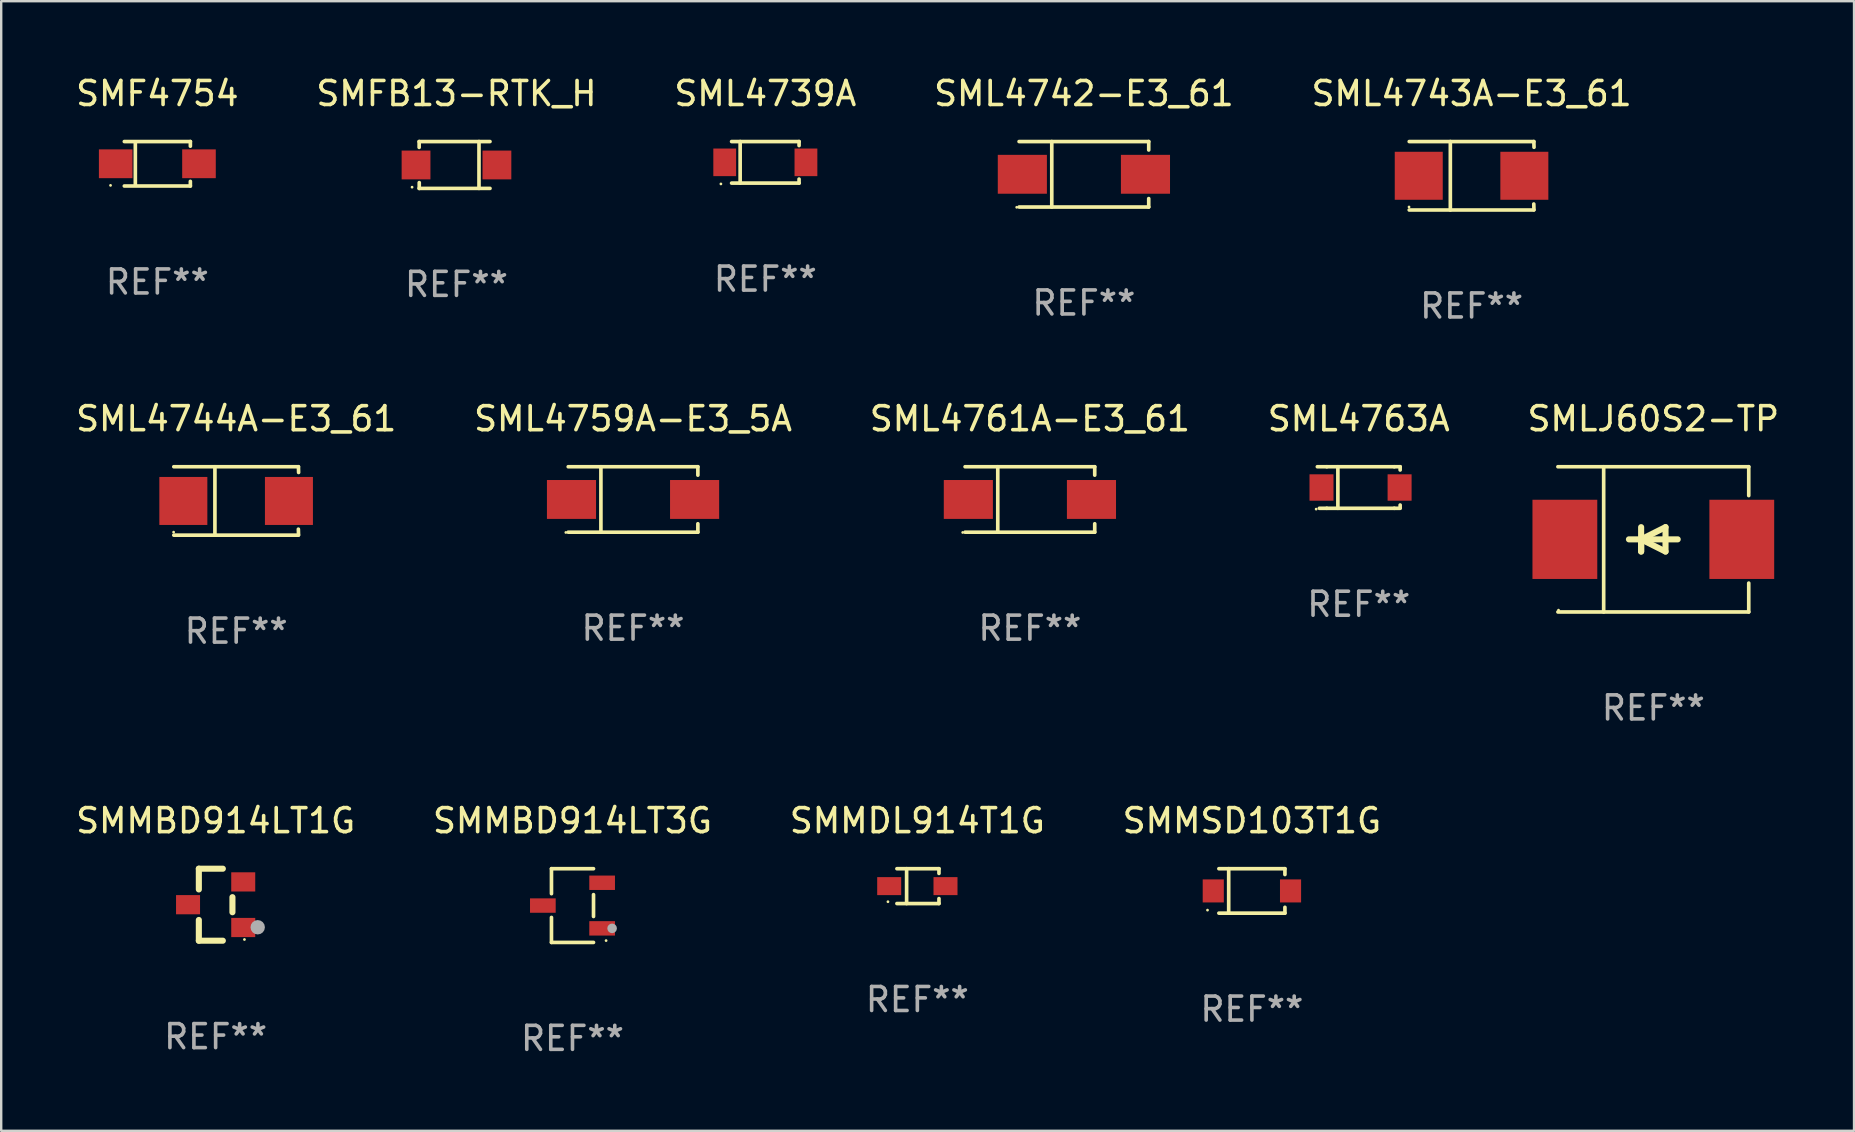
<source format=kicad_pcb>
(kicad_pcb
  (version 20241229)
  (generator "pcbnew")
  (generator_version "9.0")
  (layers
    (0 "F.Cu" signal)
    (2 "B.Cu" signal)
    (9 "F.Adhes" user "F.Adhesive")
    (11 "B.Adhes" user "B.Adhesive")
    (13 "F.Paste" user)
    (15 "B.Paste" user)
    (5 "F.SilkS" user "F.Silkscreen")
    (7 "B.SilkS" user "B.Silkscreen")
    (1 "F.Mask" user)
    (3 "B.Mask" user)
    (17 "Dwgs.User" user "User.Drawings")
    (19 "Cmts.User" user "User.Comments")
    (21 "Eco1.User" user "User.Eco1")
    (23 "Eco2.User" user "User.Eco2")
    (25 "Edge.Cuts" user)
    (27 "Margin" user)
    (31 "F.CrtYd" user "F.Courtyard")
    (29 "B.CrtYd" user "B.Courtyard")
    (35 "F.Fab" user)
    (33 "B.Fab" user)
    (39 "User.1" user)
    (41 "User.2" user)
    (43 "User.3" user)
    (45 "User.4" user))
  (footprint "SML4743A-E3_61"
    (layer "F.Cu")
    (at 58.268 4.274)
    (property "Reference" "SML4743A-E3_61" (at 0 -3.426 0) (layer "F.SilkS") (effects (font (size 1 1) (thickness 0.15))))
    (attr through_hole)
    (fp_line (start -2.6 -1.426) (end 2.593 -1.426) (stroke (width 0.152) (type solid)) (layer "F.SilkS"))
    (fp_line (start -2.6 1.426) (end 2.593 1.426) (stroke (width 0.152) (type solid)) (layer "F.SilkS"))
    (fp_line (start -0.887 -1.426) (end -0.887 1.426) (stroke (width 0.152) (type solid)) (layer "F.SilkS"))
    (fp_line (start 2.59 1.176) (end 2.597 1.415) (stroke (width 0.152) (type solid)) (layer "F.SilkS"))
    (fp_line (start 2.593 -1.426) (end 2.6 -1.187) (stroke (width 0.152) (type solid)) (layer "F.SilkS"))
    (fp_circle (center -2.608 1.3) (end -2.578 1.3) (stroke (width 0.06) (type solid)) (fill no) (layer "F.SilkS"))
    (fp_text user "REF**" (at 0 5.426 0) (layer "F.Fab") (effects (font (size 1 1) (thickness 0.15))))
    (pad "1" smd rect (at -2.203 0 180) (size 2 2) (layers "F.Cu" "F.Mask" "F.Paste"))
    (pad "2" smd rect (at 2.197 0 180) (size 2 2) (layers "F.Cu" "F.Mask" "F.Paste")))
  (footprint "SML4742-E3_61"
    (layer "F.Cu")
    (at 42.113 4.212)
    (property "Reference" "SML4742-E3_61" (at 0 -3.364 0) (layer "F.SilkS") (effects (font (size 1 1) (thickness 0.15))))
    (attr through_hole)
    (fp_line (start -2.701 -1.364) (end 2.701 -1.364) (stroke (width 0.152) (type solid)) (layer "F.SilkS"))
    (fp_line (start -2.701 1.364) (end 2.701 1.364) (stroke (width 0.152) (type solid)) (layer "F.SilkS"))
    (fp_line (start -1.339 -1.364) (end -1.339 1.364) (stroke (width 0.152) (type solid)) (layer "F.SilkS"))
    (fp_line (start 2.701 -1.364) (end 2.701 -1.013) (stroke (width 0.152) (type solid)) (layer "F.SilkS"))
    (fp_line (start 2.701 1.364) (end 2.701 1.013) (stroke (width 0.152) (type solid)) (layer "F.SilkS"))
    (fp_circle (center -2.8 1.375) (end -2.77 1.375) (stroke (width 0.06) (type solid)) (fill no) (layer "F.SilkS"))
    (fp_text user "REF**" (at 0 5.364 0) (layer "F.Fab") (effects (font (size 1 1) (thickness 0.15))))
    (pad "1" smd rect (at -2.565 -0.000025) (size 2.046 1.62) (layers "F.Cu" "F.Mask" "F.Paste"))
    (pad "2" smd rect (at 2.565 -0.000025) (size 2.046 1.62) (layers "F.Cu" "F.Mask" "F.Paste")))
  (footprint "SML4739A"
    (layer "F.Cu")
    (at 28.839 3.714)
    (property "Reference" "SML4739A" (at 0 -2.866 0) (layer "F.SilkS") (effects (font (size 1 1) (thickness 0.15))))
    (attr through_hole)
    (fp_line (start -1.406 -0.866) (end 1.406 -0.866) (stroke (width 0.152) (type solid)) (layer "F.SilkS"))
    (fp_line (start -1.406 0.866) (end 1.406 0.866) (stroke (width 0.152) (type solid)) (layer "F.SilkS"))
    (fp_line (start -1.049 -0.866) (end -1.049 0.866) (stroke (width 0.152) (type solid)) (layer "F.SilkS"))
    (fp_line (start 1.406 -0.866) (end 1.406 -0.698) (stroke (width 0.152) (type solid)) (layer "F.SilkS"))
    (fp_line (start 1.406 0.866) (end 1.406 0.698) (stroke (width 0.152) (type solid)) (layer "F.SilkS"))
    (fp_circle (center -1.851 0.9) (end -1.821 0.9) (stroke (width 0.06) (type solid)) (fill no) (layer "F.SilkS"))
    (fp_text user "REF**" (at 0 4.866 0) (layer "F.Fab") (effects (font (size 1 1) (thickness 0.15))))
    (pad "1" smd rect (at -1.692 0) (size 0.95 1.15) (layers "F.Cu" "F.Mask" "F.Paste"))
    (pad "2" smd rect (at 1.692 0) (size 0.95 1.15) (layers "F.Cu" "F.Mask" "F.Paste")))
  (footprint "SMLJ60S2-TP"
    (layer "F.Cu")
    (at 65.839 19.423)
    (property "Reference" "SMLJ60S2-TP" (at 0 -5.026 0) (layer "F.SilkS") (effects (font (size 1 1) (thickness 0.15))))
    (attr through_hole)
    (fp_line (start -3.976 -3.026) (end 3.976 -3.026) (stroke (width 0.152) (type solid)) (layer "F.SilkS"))
    (fp_line (start -3.976 3.026) (end 3.976 3.026) (stroke (width 0.152) (type solid)) (layer "F.SilkS"))
    (fp_line (start -2.069 -3.026) (end -2.069 3.026) (stroke (width 0.152) (type solid)) (layer "F.SilkS"))
    (fp_line (start -0.508 0) (end -0.508 0.508) (stroke (width 0.254) (type solid)) (layer "F.SilkS"))
    (fp_line (start -0.508 0) (end 0.508 0.508) (stroke (width 0.254) (type solid)) (layer "F.SilkS"))
    (fp_line (start -0.508 0.508) (end -0.508 -0.508) (stroke (width 0.254) (type solid)) (layer "F.SilkS"))
    (fp_line (start 0.508 -0.508) (end -0.508 0) (stroke (width 0.254) (type solid)) (layer "F.SilkS"))
    (fp_line (start 0.508 0.508) (end 0.508 -0.508) (stroke (width 0.254) (type solid)) (layer "F.SilkS"))
    (fp_line (start 1.016 0) (end -1.016 0) (stroke (width 0.254) (type solid)) (layer "F.SilkS"))
    (fp_line (start 3.976 -3.026) (end 3.976 -1.823) (stroke (width 0.152) (type solid)) (layer "F.SilkS"))
    (fp_line (start 3.976 3.026) (end 3.976 1.823) (stroke (width 0.152) (type solid)) (layer "F.SilkS"))
    (fp_circle (center -3.95 2.95) (end -3.92 2.95) (stroke (width 0.06) (type solid)) (fill no) (layer "F.SilkS"))
    (fp_text user "REF**" (at 0 7.026 0) (layer "F.Fab") (effects (font (size 1 1) (thickness 0.15))))
    (pad "1" smd rect (at -3.686 0) (size 2.7 3.3) (layers "F.Cu" "F.Mask" "F.Paste"))
    (pad "2" smd rect (at 3.686 0) (size 2.7 3.3) (layers "F.Cu" "F.Mask" "F.Paste")))
  (footprint "SML4759A-E3_5A"
    (layer "F.Cu")
    (at 23.327 17.761)
    (property "Reference" "SML4759A-E3_5A" (at 0 -3.364 0) (layer "F.SilkS") (effects (font (size 1 1) (thickness 0.15))))
    (attr through_hole)
    (fp_line (start -2.701 -1.364) (end 2.701 -1.364) (stroke (width 0.152) (type solid)) (layer "F.SilkS"))
    (fp_line (start -2.701 1.364) (end 2.701 1.364) (stroke (width 0.152) (type solid)) (layer "F.SilkS"))
    (fp_line (start -1.339 -1.364) (end -1.339 1.364) (stroke (width 0.152) (type solid)) (layer "F.SilkS"))
    (fp_line (start 2.701 -1.364) (end 2.701 -1.013) (stroke (width 0.152) (type solid)) (layer "F.SilkS"))
    (fp_line (start 2.701 1.364) (end 2.701 1.013) (stroke (width 0.152) (type solid)) (layer "F.SilkS"))
    (fp_circle (center -2.8 1.375) (end -2.77 1.375) (stroke (width 0.06) (type solid)) (fill no) (layer "F.SilkS"))
    (fp_text user "REF**" (at 0 5.364 0) (layer "F.Fab") (effects (font (size 1 1) (thickness 0.15))))
    (pad "1" smd rect (at -2.565 -0.000025) (size 2.046 1.62) (layers "F.Cu" "F.Mask" "F.Paste"))
    (pad "2" smd rect (at 2.565 -0.000025) (size 2.046 1.62) (layers "F.Cu" "F.Mask" "F.Paste")))
  (footprint "SMF4754"
    (layer "F.Cu")
    (at 3.506 3.774)
    (property "Reference" "SMF4754" (at 0 -2.926 0) (layer "F.SilkS") (effects (font (size 1 1) (thickness 0.15))))
    (attr through_hole)
    (fp_line (start -1.376 -0.926) (end 1.376 -0.926) (stroke (width 0.152) (type solid)) (layer "F.SilkS"))
    (fp_line (start -1.376 0.926) (end 1.376 0.926) (stroke (width 0.152) (type solid)) (layer "F.SilkS"))
    (fp_line (start -0.917 -0.876) (end -0.917 0.876) (stroke (width 0.152) (type solid)) (layer "F.SilkS"))
    (fp_line (start 1.376 -0.926) (end 1.376 -0.733) (stroke (width 0.152) (type solid)) (layer "F.SilkS"))
    (fp_line (start 1.376 0.926) (end 1.376 0.733) (stroke (width 0.152) (type solid)) (layer "F.SilkS"))
    (fp_circle (center -1.95 0.9) (end -1.92 0.9) (stroke (width 0.06) (type solid)) (fill no) (layer "F.SilkS"))
    (fp_text user "REF**" (at 0 4.926 0) (layer "F.Fab") (effects (font (size 1 1) (thickness 0.15))))
    (pad "1" smd rect (at -1.735 0) (size 1.4 1.2) (layers "F.Cu" "F.Mask" "F.Paste"))
    (pad "2" smd rect (at 1.735 0) (size 1.4 1.2) (layers "F.Cu" "F.Mask" "F.Paste")))
  (footprint "SMMSD103T1G"
    (layer "F.Cu")
    (at 49.113 34.072)
    (property "Reference" "SMMSD103T1G" (at 0 -2.926 0) (layer "F.SilkS") (effects (font (size 1 1) (thickness 0.15))))
    (attr through_hole)
    (fp_line (start -1.376 -0.926) (end 1.376 -0.926) (stroke (width 0.152) (type solid)) (layer "F.SilkS"))
    (fp_line (start -1.376 0.926) (end 1.376 0.926) (stroke (width 0.152) (type solid)) (layer "F.SilkS"))
    (fp_line (start -0.967 -0.926) (end -0.967 0.926) (stroke (width 0.152) (type solid)) (layer "F.SilkS"))
    (fp_line (start 1.376 -0.926) (end 1.376 -0.683) (stroke (width 0.152) (type solid)) (layer "F.SilkS"))
    (fp_line (start 1.376 0.926) (end 1.376 0.683) (stroke (width 0.152) (type solid)) (layer "F.SilkS"))
    (fp_circle (center -1.85 0.8) (end -1.82 0.8) (stroke (width 0.06) (type solid)) (fill no) (layer "F.SilkS"))
    (fp_text user "REF**" (at 0 4.926 0) (layer "F.Fab") (effects (font (size 1 1) (thickness 0.15))))
    (pad "1" smd rect (at -1.61 0) (size 0.88 0.96) (layers "F.Cu" "F.Mask" "F.Paste"))
    (pad "2" smd rect (at 1.61 0) (size 0.88 0.96) (layers "F.Cu" "F.Mask" "F.Paste")))
  (footprint "SML4744A-E3_61"
    (layer "F.Cu")
    (at 6.792 17.823)
    (property "Reference" "SML4744A-E3_61" (at 0 -3.426 0) (layer "F.SilkS") (effects (font (size 1 1) (thickness 0.15))))
    (attr through_hole)
    (fp_line (start -2.6 -1.426) (end 2.593 -1.426) (stroke (width 0.152) (type solid)) (layer "F.SilkS"))
    (fp_line (start -2.6 1.426) (end 2.593 1.426) (stroke (width 0.152) (type solid)) (layer "F.SilkS"))
    (fp_line (start -0.887 -1.426) (end -0.887 1.426) (stroke (width 0.152) (type solid)) (layer "F.SilkS"))
    (fp_line (start 2.59 1.176) (end 2.597 1.415) (stroke (width 0.152) (type solid)) (layer "F.SilkS"))
    (fp_line (start 2.593 -1.426) (end 2.6 -1.187) (stroke (width 0.152) (type solid)) (layer "F.SilkS"))
    (fp_circle (center -2.608 1.3) (end -2.578 1.3) (stroke (width 0.06) (type solid)) (fill no) (layer "F.SilkS"))
    (fp_text user "REF**" (at 0 5.426 0) (layer "F.Fab") (effects (font (size 1 1) (thickness 0.15))))
    (pad "1" smd rect (at -2.203 0 180) (size 2 2) (layers "F.Cu" "F.Mask" "F.Paste"))
    (pad "2" smd rect (at 2.197 0 180) (size 2 2) (layers "F.Cu" "F.Mask" "F.Paste")))
  (footprint "SMMBD914LT1G"
    (layer "F.Cu")
    (at 5.935 34.646)
    (property "Reference" "SMMBD914LT1G" (at 0 -3.5 0) (layer "F.SilkS") (effects (font (size 1 1) (thickness 0.15))))
    (attr through_hole)
    (fp_line (start -0.7 -1.5) (end 0.3 -1.5) (stroke (width 0.254) (type solid)) (layer "F.SilkS"))
    (fp_line (start -0.7 -0.636) (end -0.7 -1.5) (stroke (width 0.254) (type solid)) (layer "F.SilkS"))
    (fp_line (start -0.7 1.5) (end -0.7 0.636) (stroke (width 0.254) (type solid)) (layer "F.SilkS"))
    (fp_line (start -0.7 1.5) (end 0.3 1.5) (stroke (width 0.254) (type solid)) (layer "F.SilkS"))
    (fp_line (start 0.7 0.314) (end 0.7 -0.314) (stroke (width 0.254) (type solid)) (layer "F.SilkS"))
    (fp_circle (center 1.2 1.45) (end 1.23 1.45) (stroke (width 0.06) (type solid)) (fill no) (layer "F.SilkS"))
    (fp_circle (center 1.753 0.94) (end 1.903 0.94) (stroke (width 0.3) (type solid)) (fill no) (layer "F.Fab"))
    (fp_text user "REF**" (at 0 5.5 0) (layer "F.Fab") (effects (font (size 1 1) (thickness 0.15))))
    (pad "1" smd rect (at 1.15 0.95 180) (size 1 0.8) (layers "F.Cu" "F.Mask" "F.Paste"))
    (pad "2" smd rect (at 1.15 -0.95 180) (size 1 0.8) (layers "F.Cu" "F.Mask" "F.Paste"))
    (pad "3" smd rect (at -1.15 -0.000051 180) (size 1 0.8) (layers "F.Cu" "F.Mask" "F.Paste")))
  (footprint "SMMDL914T1G"
    (layer "F.Cu")
    (at 35.173 33.872)
    (property "Reference" "SMMDL914T1G" (at 0 -2.726 0) (layer "F.SilkS") (effects (font (size 1 1) (thickness 0.15))))
    (attr through_hole)
    (fp_line (start -0.851 -0.726) (end 0.901 -0.726) (stroke (width 0.152) (type solid)) (layer "F.SilkS"))
    (fp_line (start -0.851 0.726) (end 0.901 0.726) (stroke (width 0.152) (type solid)) (layer "F.SilkS"))
    (fp_line (start -0.447 -0.726) (end -0.447 0.726) (stroke (width 0.152) (type solid)) (layer "F.SilkS"))
    (fp_line (start 0.901 -0.726) (end 0.901 -0.53) (stroke (width 0.152) (type solid)) (layer "F.SilkS"))
    (fp_line (start 0.901 0.726) (end 0.901 0.52) (stroke (width 0.152) (type solid)) (layer "F.SilkS"))
    (fp_circle (center -1.225 0.65) (end -1.195 0.65) (stroke (width 0.06) (type solid)) (fill no) (layer "F.SilkS"))
    (fp_text user "REF**" (at 0 4.726 0) (layer "F.Fab") (effects (font (size 1 1) (thickness 0.15))))
    (pad "1" smd rect (at -1.173 0) (size 1 0.75) (layers "F.Cu" "F.Mask" "F.Paste"))
    (pad "2" smd rect (at 1.173 0) (size 1 0.75) (layers "F.Cu" "F.Mask" "F.Paste")))
  (footprint "SML4763A"
    (layer "F.Cu")
    (at 53.565 17.263)
    (property "Reference" "SML4763A" (at 0 -2.866 0) (layer "F.SilkS") (effects (font (size 1 1) (thickness 0.15))))
    (attr through_hole)
    (fp_line (start -1.332 0.866) (end -1.642 0.866) (stroke (width 0.152) (type solid)) (layer "F.SilkS"))
    (fp_line (start -1.331 -0.866) (end -1.725 -0.866) (stroke (width 0.152) (type solid)) (layer "F.SilkS"))
    (fp_line (start -1.331 -0.866) (end 1.481 -0.866) (stroke (width 0.152) (type solid)) (layer "F.SilkS"))
    (fp_line (start -1.331 0.866) (end 1.481 0.866) (stroke (width 0.152) (type solid)) (layer "F.SilkS"))
    (fp_line (start -0.87 -0.866) (end -0.87 0.866) (stroke (width 0.152) (type solid)) (layer "F.SilkS"))
    (fp_line (start 1.481 -0.866) (end 1.725 -0.866) (stroke (width 0.152) (type solid)) (layer "F.SilkS"))
    (fp_line (start 1.481 0.866) (end 1.725 0.866) (stroke (width 0.152) (type solid)) (layer "F.SilkS"))
    (fp_line (start 1.725 -0.866) (end 1.725 -0.73) (stroke (width 0.152) (type solid)) (layer "F.SilkS"))
    (fp_line (start 1.725 0.73) (end 1.725 0.85) (stroke (width 0.152) (type solid)) (layer "F.SilkS"))
    (fp_circle (center -1.775 0.9) (end -1.745 0.9) (stroke (width 0.06) (type solid)) (fill no) (layer "F.SilkS"))
    (fp_text user "REF**" (at 0 4.866 0) (layer "F.Fab") (effects (font (size 1 1) (thickness 0.15))))
    (pad "1" smd rect (at -1.552 0) (size 1 1.1) (layers "F.Cu" "F.Mask" "F.Paste"))
    (pad "2" smd rect (at 1.702 0) (size 1 1.1) (layers "F.Cu" "F.Mask" "F.Paste")))
  (footprint "SMFB13-RTK_H"
    (layer "F.Cu")
    (at 15.97 3.825)
    (property "Reference" "SMFB13-RTK_H" (at 0 -2.977 0) (layer "F.SilkS") (effects (font (size 1 1) (thickness 0.15))))
    (attr through_hole)
    (fp_line (start -1.555 -0.977) (end -1.555 -0.734) (stroke (width 0.152) (type solid)) (layer "F.SilkS"))
    (fp_line (start -1.551 0.734) (end -1.551 0.977) (stroke (width 0.152) (type solid)) (layer "F.SilkS"))
    (fp_line (start 0.938 -0.977) (end 0.938 0.975) (stroke (width 0.152) (type solid)) (layer "F.SilkS"))
    (fp_line (start 1.397 -0.977) (end -1.555 -0.977) (stroke (width 0.152) (type solid)) (layer "F.SilkS"))
    (fp_line (start 1.397 0.975) (end -1.555 0.975) (stroke (width 0.152) (type solid)) (layer "F.SilkS"))
    (fp_circle (center -1.85 0.924) (end -1.82 0.924) (stroke (width 0.06) (type solid)) (fill no) (layer "F.SilkS"))
    (fp_text user "REF**" (at 0 4.977 0) (layer "F.Fab") (effects (font (size 1 1) (thickness 0.15))))
    (pad "1" smd rect (at -1.685 -0.001) (size 1.2 1.2) (layers "F.Cu" "F.Mask" "F.Paste"))
    (pad "2" smd rect (at 1.685 -0.001) (size 1.2 1.2) (layers "F.Cu" "F.Mask" "F.Paste")))
  (footprint "SMMBD914LT3G"
    (layer "F.Cu")
    (at 20.804 34.682)
    (property "Reference" "SMMBD914LT3G" (at 0 -3.536 0) (layer "F.SilkS") (effects (font (size 1 1) (thickness 0.15))))
    (attr through_hole)
    (fp_line (start -0.876 -1.536) (end -0.876 -0.495) (stroke (width 0.152) (type solid)) (layer "F.SilkS"))
    (fp_line (start -0.876 1.536) (end -0.876 0.495) (stroke (width 0.152) (type solid)) (layer "F.SilkS"))
    (fp_line (start 0.876 -1.536) (end -0.876 -1.536) (stroke (width 0.152) (type solid)) (layer "F.SilkS"))
    (fp_line (start 0.876 -0.455) (end 0.876 0.455) (stroke (width 0.152) (type solid)) (layer "F.SilkS"))
    (fp_line (start 0.876 1.536) (end -0.876 1.536) (stroke (width 0.152) (type solid)) (layer "F.SilkS"))
    (fp_circle (center 1.4 1.46) (end 1.43 1.46) (stroke (width 0.06) (type solid)) (fill no) (layer "F.SilkS"))
    (fp_circle (center 1.651 0.95) (end 1.751 0.95) (stroke (width 0.2) (type solid)) (fill no) (layer "F.Fab"))
    (fp_text user "REF**" (at 0 5.536 0) (layer "F.Fab") (effects (font (size 1 1) (thickness 0.15))))
    (pad "1" smd rect (at 1.235 0.95) (size 1.07 0.6) (layers "F.Cu" "F.Mask" "F.Paste"))
    (pad "2" smd rect (at 1.235 -0.95) (size 1.07 0.6) (layers "F.Cu" "F.Mask" "F.Paste"))
    (pad "3" smd rect (at -1.235 0) (size 1.07 0.6) (layers "F.Cu" "F.Mask" "F.Paste")))
  (footprint "SML4761A-E3_61"
    (layer "F.Cu")
    (at 39.863 17.761)
    (property "Reference" "SML4761A-E3_61" (at 0 -3.364 0) (layer "F.SilkS") (effects (font (size 1 1) (thickness 0.15))))
    (attr through_hole)
    (fp_line (start -2.701 -1.364) (end 2.701 -1.364) (stroke (width 0.152) (type solid)) (layer "F.SilkS"))
    (fp_line (start -2.701 1.364) (end 2.701 1.364) (stroke (width 0.152) (type solid)) (layer "F.SilkS"))
    (fp_line (start -1.339 -1.364) (end -1.339 1.364) (stroke (width 0.152) (type solid)) (layer "F.SilkS"))
    (fp_line (start 2.701 -1.364) (end 2.701 -1.013) (stroke (width 0.152) (type solid)) (layer "F.SilkS"))
    (fp_line (start 2.701 1.364) (end 2.701 1.013) (stroke (width 0.152) (type solid)) (layer "F.SilkS"))
    (fp_circle (center -2.8 1.375) (end -2.77 1.375) (stroke (width 0.06) (type solid)) (fill no) (layer "F.SilkS"))
    (fp_text user "REF**" (at 0 5.364 0) (layer "F.Fab") (effects (font (size 1 1) (thickness 0.15))))
    (pad "1" smd rect (at -2.565 -0.000025) (size 2.046 1.62) (layers "F.Cu" "F.Mask" "F.Paste"))
    (pad "2" smd rect (at 2.565 -0.000025) (size 2.046 1.62) (layers "F.Cu" "F.Mask" "F.Paste")))
  (gr_rect
    (start -3 -3)
    (end 74.202 44.067)
    (stroke (width 0.1) (type default))
    (fill no)
    (layer "Edge.Cuts")))
</source>
